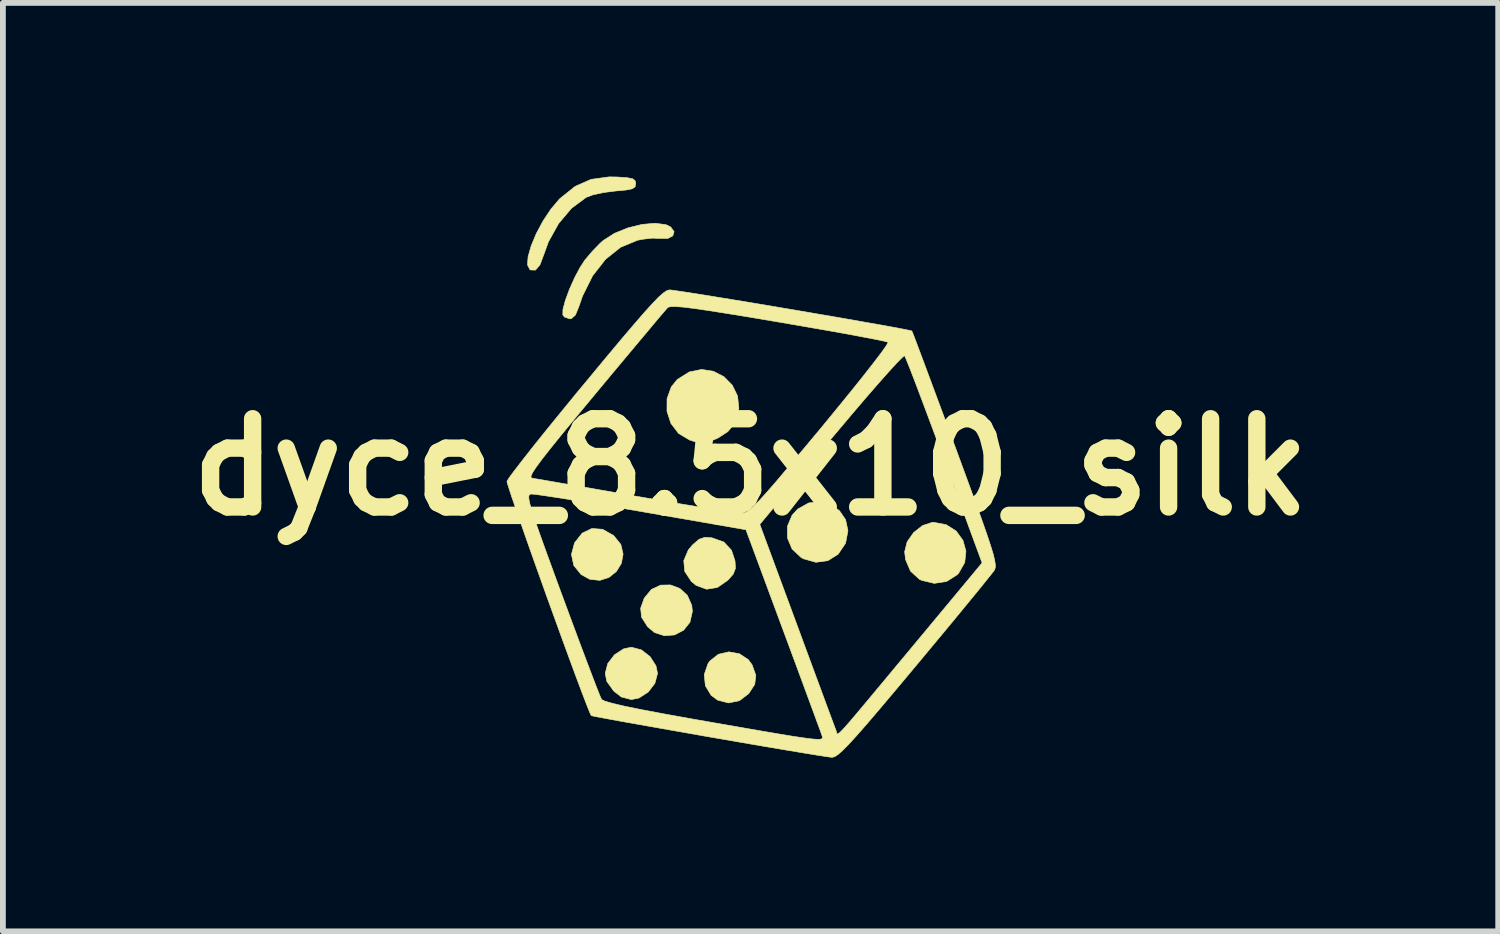
<source format=kicad_pcb>
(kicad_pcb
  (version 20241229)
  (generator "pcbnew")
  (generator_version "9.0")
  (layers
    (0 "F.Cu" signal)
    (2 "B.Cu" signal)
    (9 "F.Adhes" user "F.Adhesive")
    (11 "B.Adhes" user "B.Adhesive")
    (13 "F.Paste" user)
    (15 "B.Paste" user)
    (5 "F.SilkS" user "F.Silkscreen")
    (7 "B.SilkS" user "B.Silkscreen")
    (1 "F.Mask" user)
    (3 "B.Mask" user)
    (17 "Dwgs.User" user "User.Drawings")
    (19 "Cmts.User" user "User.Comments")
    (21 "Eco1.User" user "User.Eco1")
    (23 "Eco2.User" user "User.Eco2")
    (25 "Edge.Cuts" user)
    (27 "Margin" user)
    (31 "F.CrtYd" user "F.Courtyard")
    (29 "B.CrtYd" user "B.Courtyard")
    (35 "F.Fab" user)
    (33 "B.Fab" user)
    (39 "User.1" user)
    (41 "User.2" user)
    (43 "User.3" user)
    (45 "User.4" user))
  (footprint "dyce_8.5x10_silk"
    (layer "F.Cu")
    (at 9.913 5.017)
    (property "Reference" "dyce_8.5x10_silk" (at 0 0 0) (layer "F.SilkS") (effects (font (size 1.524 1.524) (thickness 0.3))))
    (attr through_hole)
    (fp_poly (pts (xy -2.554 1.075) (xy -2.363 1.184) (xy -2.24 1.337) (xy -2.201 1.502) (xy -2.23 1.663) (xy -2.316 1.803) (xy -2.445 1.906) (xy -2.602 1.957) (xy -2.775 1.939) (xy -2.926 1.857) (xy -3.053 1.699) (xy -3.093 1.509) (xy -3.04 1.31) (xy -2.907 1.141) (xy -2.74 1.061) (xy -2.554 1.075)) (stroke (width 0.01) (type solid)) (fill yes) (layer "F.SilkS"))
    (fp_poly (pts (xy -1.886 3.157) (xy -1.735 3.274) (xy -1.633 3.433) (xy -1.606 3.564) (xy -1.652 3.736) (xy -1.768 3.887) (xy -1.927 3.989) (xy -2.058 4.016) (xy -2.231 3.971) (xy -2.363 3.869) (xy -2.482 3.702) (xy -2.51 3.564) (xy -2.465 3.392) (xy -2.348 3.241) (xy -2.189 3.139) (xy -2.058 3.112) (xy -1.886 3.157)) (stroke (width 0.01) (type solid)) (fill yes) (layer "F.SilkS"))
    (fp_poly (pts (xy -1.221 2.097) (xy -1.091 2.216) (xy -1.015 2.387) (xy -1.004 2.494) (xy -1.046 2.68) (xy -1.156 2.818) (xy -1.311 2.899) (xy -1.486 2.914) (xy -1.659 2.858) (xy -1.778 2.757) (xy -1.882 2.594) (xy -1.898 2.438) (xy -1.835 2.263) (xy -1.711 2.113) (xy -1.553 2.039) (xy -1.382 2.036) (xy -1.221 2.097)) (stroke (width 0.01) (type solid)) (fill yes) (layer "F.SilkS"))
    (fp_poly (pts (xy -0.193 3.224) (xy -0.039 3.325) (xy 0.027 3.416) (xy 0.092 3.597) (xy 0.073 3.753) (xy -0.03 3.912) (xy -0.191 4.035) (xy -0.379 4.074) (xy -0.567 4.026) (xy -0.68 3.943) (xy -0.78 3.778) (xy -0.799 3.584) (xy -0.735 3.397) (xy -0.704 3.351) (xy -0.556 3.234) (xy -0.375 3.192) (xy -0.193 3.224)) (stroke (width 0.01) (type solid)) (fill yes) (layer "F.SilkS"))
    (fp_poly (pts (xy -0.666 1.222) (xy -0.461 1.295) (xy -0.328 1.437) (xy -0.268 1.62) (xy -0.26 1.75) (xy -0.299 1.85) (xy -0.392 1.955) (xy -0.572 2.08) (xy -0.76 2.11) (xy -0.941 2.043) (xy -1.022 1.976) (xy -1.136 1.803) (xy -1.153 1.617) (xy -1.074 1.431) (xy -1.002 1.345) (xy -0.888 1.247) (xy -0.788 1.213) (xy -0.666 1.222)) (stroke (width 0.01) (type solid)) (fill yes) (layer "F.SilkS"))
    (fp_poly (pts (xy 1.383 0.646) (xy 1.536 0.754) (xy 1.642 0.909) (xy 1.683 1.099) (xy 1.643 1.31) (xy 1.639 1.32) (xy 1.513 1.506) (xy 1.336 1.617) (xy 1.129 1.645) (xy 0.914 1.584) (xy 0.872 1.561) (xy 0.717 1.414) (xy 0.638 1.226) (xy 0.637 1.023) (xy 0.718 0.832) (xy 0.813 0.727) (xy 1.004 0.62) (xy 1.2 0.597) (xy 1.383 0.646)) (stroke (width 0.01) (type solid)) (fill yes) (layer "F.SilkS"))
    (fp_poly (pts (xy 3.379 0.995) (xy 3.552 1.105) (xy 3.669 1.265) (xy 3.721 1.453) (xy 3.7 1.649) (xy 3.595 1.833) (xy 3.568 1.861) (xy 3.387 1.976) (xy 3.173 2.009) (xy 2.956 1.957) (xy 2.917 1.938) (xy 2.763 1.798) (xy 2.677 1.596) (xy 2.662 1.463) (xy 2.705 1.292) (xy 2.817 1.132) (xy 2.971 1.01) (xy 3.139 0.955) (xy 3.16 0.954) (xy 3.379 0.995)) (stroke (width 0.01) (type solid)) (fill yes) (layer "F.SilkS"))
    (fp_poly (pts (xy -0.64 -1.654) (xy -0.458 -1.56) (xy -0.315 -1.414) (xy -0.224 -1.228) (xy -0.201 -1.014) (xy -0.262 -0.783) (xy -0.279 -0.747) (xy -0.392 -0.612) (xy -0.562 -0.502) (xy -0.568 -0.499) (xy -0.716 -0.436) (xy -0.819 -0.412) (xy -0.92 -0.425) (xy -1.052 -0.467) (xy -1.243 -0.581) (xy -1.375 -0.754) (xy -1.443 -0.963) (xy -1.442 -1.181) (xy -1.368 -1.386) (xy -1.264 -1.513) (xy -1.057 -1.643) (xy -0.844 -1.686) (xy -0.64 -1.654)) (stroke (width 0.01) (type solid)) (fill yes) (layer "F.SilkS"))
    (fp_poly (pts (xy -2.307 -5.01) (xy -2.131 -4.998) (xy -2.033 -4.978) (xy -1.991 -4.943) (xy -1.983 -4.894) (xy -1.994 -4.84) (xy -2.043 -4.806) (xy -2.149 -4.785) (xy -2.334 -4.768) (xy -2.537 -4.742) (xy -2.721 -4.702) (xy -2.837 -4.659) (xy -3.091 -4.471) (xy -3.315 -4.206) (xy -3.491 -3.889) (xy -3.568 -3.676) (xy -3.638 -3.491) (xy -3.714 -3.402) (xy -3.799 -3.404) (xy -3.811 -3.411) (xy -3.852 -3.491) (xy -3.842 -3.634) (xy -3.789 -3.82) (xy -3.701 -4.031) (xy -3.585 -4.248) (xy -3.45 -4.452) (xy -3.304 -4.625) (xy -3.29 -4.639) (xy -3.029 -4.848) (xy -2.755 -4.969) (xy -2.442 -5.012) (xy -2.307 -5.01)) (stroke (width 0.01) (type solid)) (fill yes) (layer "F.SilkS"))
    (fp_poly (pts (xy -1.459 -4.186) (xy -1.379 -4.147) (xy -1.32 -4.066) (xy -1.343 -3.993) (xy -1.429 -3.948) (xy -1.558 -3.948) (xy -1.692 -3.954) (xy -1.868 -3.934) (xy -1.953 -3.917) (xy -2.243 -3.797) (xy -2.504 -3.589) (xy -2.727 -3.304) (xy -2.902 -2.953) (xy -2.964 -2.773) (xy -3.024 -2.626) (xy -3.094 -2.564) (xy -3.122 -2.56) (xy -3.213 -2.591) (xy -3.242 -2.627) (xy -3.24 -2.722) (xy -3.198 -2.878) (xy -3.128 -3.069) (xy -3.039 -3.269) (xy -2.942 -3.451) (xy -2.86 -3.576) (xy -2.732 -3.727) (xy -2.598 -3.865) (xy -2.544 -3.913) (xy -2.35 -4.037) (xy -2.118 -4.131) (xy -1.874 -4.191) (xy -1.646 -4.211) (xy -1.459 -4.186)) (stroke (width 0.01) (type solid)) (fill yes) (layer "F.SilkS"))
    (fp_poly (pts (xy -1.328 -3.052) (xy -1.172 -3.029) (xy -0.945 -2.994) (xy -0.659 -2.948) (xy -0.327 -2.894) (xy 0.038 -2.834) (xy 0.425 -2.769) (xy 0.82 -2.702) (xy 1.212 -2.635) (xy 1.586 -2.571) (xy 1.931 -2.51) (xy 2.235 -2.457) (xy 2.484 -2.412) (xy 2.666 -2.377) (xy 2.769 -2.356) (xy 2.786 -2.35) (xy 2.807 -2.301) (xy 2.858 -2.168) (xy 2.936 -1.96) (xy 3.038 -1.687) (xy 3.16 -1.359) (xy 3.299 -0.985) (xy 3.45 -0.576) (xy 3.541 -0.331) (xy 3.721 0.16) (xy 3.869 0.564) (xy 3.988 0.893) (xy 4.079 1.153) (xy 4.146 1.354) (xy 4.192 1.505) (xy 4.218 1.614) (xy 4.229 1.69) (xy 4.227 1.741) (xy 4.214 1.776) (xy 4.211 1.783) (xy 4.164 1.844) (xy 4.06 1.974) (xy 3.907 2.163) (xy 3.71 2.403) (xy 3.479 2.684) (xy 3.219 2.997) (xy 2.938 3.335) (xy 2.837 3.456) (xy 2.505 3.853) (xy 2.231 4.178) (xy 2.008 4.439) (xy 1.83 4.642) (xy 1.692 4.793) (xy 1.587 4.899) (xy 1.509 4.967) (xy 1.452 5.003) (xy 1.41 5.014) (xy 1.406 5.014) (xy 1.33 5.004) (xy 1.167 4.979) (xy 0.927 4.94) (xy 0.622 4.889) (xy 0.264 4.829) (xy -0.137 4.76) (xy -0.57 4.685) (xy -0.728 4.658) (xy -1.163 4.581) (xy -1.567 4.51) (xy -1.928 4.446) (xy -2.237 4.391) (xy -2.482 4.346) (xy -2.654 4.314) (xy -2.741 4.296) (xy -2.75 4.294) (xy -2.777 4.238) (xy -2.832 4.1) (xy -2.912 3.892) (xy -3.012 3.625) (xy -3.128 3.311) (xy -3.255 2.964) (xy -3.389 2.594) (xy -3.527 2.213) (xy -3.662 1.835) (xy -3.792 1.47) (xy -3.911 1.131) (xy -4.016 0.83) (xy -4.102 0.579) (xy -4.129 0.501) (xy -3.83 0.501) (xy -3.828 0.553) (xy -3.81 0.64) (xy -3.772 0.77) (xy -3.711 0.954) (xy -3.625 1.199) (xy -3.511 1.515) (xy -3.367 1.91) (xy -3.257 2.209) (xy -3.11 2.606) (xy -2.973 2.975) (xy -2.849 3.305) (xy -2.743 3.585) (xy -2.659 3.804) (xy -2.601 3.95) (xy -2.573 4.013) (xy -2.573 4.014) (xy -2.519 4.042) (xy -2.385 4.081) (xy -2.168 4.132) (xy -1.863 4.194) (xy -1.467 4.268) (xy -0.978 4.356) (xy -0.749 4.396) (xy -0.249 4.483) (xy 0.16 4.554) (xy 0.489 4.61) (xy 0.744 4.652) (xy 0.936 4.68) (xy 1.072 4.697) (xy 1.163 4.703) (xy 1.215 4.7) (xy 1.239 4.687) (xy 1.243 4.666) (xy 1.235 4.639) (xy 1.232 4.631) (xy 1.209 4.565) (xy 1.154 4.416) (xy 1.073 4.195) (xy 0.969 3.913) (xy 0.847 3.582) (xy 0.71 3.212) (xy 0.563 2.815) (xy 0.562 2.813) (xy -0.079 1.083) (xy -0.61 0.99) (xy 0.16 0.99) (xy 0.805 2.734) (xy 0.952 3.133) (xy 1.089 3.504) (xy 1.212 3.836) (xy 1.316 4.118) (xy 1.398 4.339) (xy 1.454 4.489) (xy 1.479 4.556) (xy 1.479 4.557) (xy 1.486 4.581) (xy 1.491 4.601) (xy 1.501 4.61) (xy 1.521 4.602) (xy 1.558 4.57) (xy 1.618 4.507) (xy 1.706 4.407) (xy 1.828 4.264) (xy 1.99 4.07) (xy 2.199 3.82) (xy 2.46 3.506) (xy 2.78 3.122) (xy 2.799 3.099) (xy 4 1.655) (xy 3.349 -0.114) (xy 3.201 -0.514) (xy 3.063 -0.884) (xy 2.939 -1.214) (xy 2.833 -1.494) (xy 2.749 -1.712) (xy 2.69 -1.858) (xy 2.662 -1.922) (xy 2.661 -1.923) (xy 2.622 -1.895) (xy 2.526 -1.798) (xy 2.381 -1.639) (xy 2.193 -1.427) (xy 1.97 -1.17) (xy 1.719 -0.875) (xy 1.447 -0.552) (xy 1.392 -0.487) (xy 0.16 0.99) (xy -0.61 0.99) (xy -1.884 0.769) (xy -2.301 0.697) (xy -2.689 0.632) (xy -3.037 0.575) (xy -3.334 0.528) (xy -3.566 0.493) (xy -3.723 0.471) (xy -3.792 0.466) (xy -3.817 0.475) (xy -3.83 0.501) (xy -4.129 0.501) (xy -4.165 0.391) (xy -4.201 0.276) (xy -4.207 0.246) (xy -4.172 0.189) (xy -4.147 0.155) (xy -3.791 0.155) (xy -3.789 0.185) (xy -3.774 0.191) (xy -3.701 0.204) (xy -3.541 0.231) (xy -3.307 0.272) (xy -3.011 0.323) (xy -2.666 0.383) (xy -2.284 0.45) (xy -1.998 0.5) (xy -1.594 0.57) (xy -1.216 0.635) (xy -0.876 0.691) (xy -0.588 0.738) (xy -0.364 0.773) (xy -0.218 0.793) (xy -0.169 0.798) (xy -0.125 0.795) (xy -0.077 0.779) (xy -0.02 0.742) (xy 0.055 0.677) (xy 0.153 0.577) (xy 0.282 0.435) (xy 0.448 0.244) (xy 0.658 -0.005) (xy 0.919 -0.317) (xy 1.204 -0.658) (xy 1.474 -0.987) (xy 1.722 -1.291) (xy 1.94 -1.563) (xy 2.121 -1.794) (xy 2.259 -1.975) (xy 2.346 -2.098) (xy 2.377 -2.154) (xy 2.376 -2.156) (xy 2.319 -2.172) (xy 2.173 -2.203) (xy 1.951 -2.245) (xy 1.664 -2.299) (xy 1.322 -2.36) (xy 0.937 -2.427) (xy 0.52 -2.499) (xy 0.482 -2.505) (xy -0.008 -2.588) (xy -0.408 -2.653) (xy -0.727 -2.703) (xy -0.974 -2.739) (xy -1.158 -2.762) (xy -1.287 -2.772) (xy -1.371 -2.772) (xy -1.419 -2.762) (xy -1.433 -2.752) (xy -1.479 -2.699) (xy -1.582 -2.579) (xy -1.733 -2.398) (xy -1.926 -2.168) (xy -2.153 -1.897) (xy -2.406 -1.594) (xy -2.678 -1.267) (xy -2.688 -1.255) (xy -3.001 -0.878) (xy -3.254 -0.571) (xy -3.451 -0.327) (xy -3.599 -0.139) (xy -3.701 -0.000273) (xy -3.764 0.095) (xy -3.791 0.155) (xy -4.147 0.155) (xy -4.08 0.064) (xy -3.937 -0.121) (xy -3.751 -0.358) (xy -3.527 -0.637) (xy -3.272 -0.95) (xy -2.995 -1.289) (xy -2.861 -1.45) (xy -2.526 -1.854) (xy -2.248 -2.187) (xy -2.021 -2.454) (xy -1.84 -2.663) (xy -1.698 -2.82) (xy -1.59 -2.932) (xy -1.509 -3.004) (xy -1.449 -3.045) (xy -1.406 -3.059) (xy -1.399 -3.06) (xy -1.328 -3.052)) (stroke (width 0.01) (type solid)) (fill yes) (layer "F.SilkS")))
  (gr_rect
    (start -3 -3)
    (end 22.827 13.036)
    (stroke (width 0.1) (type default))
    (fill no)
    (layer "Edge.Cuts")))
</source>
